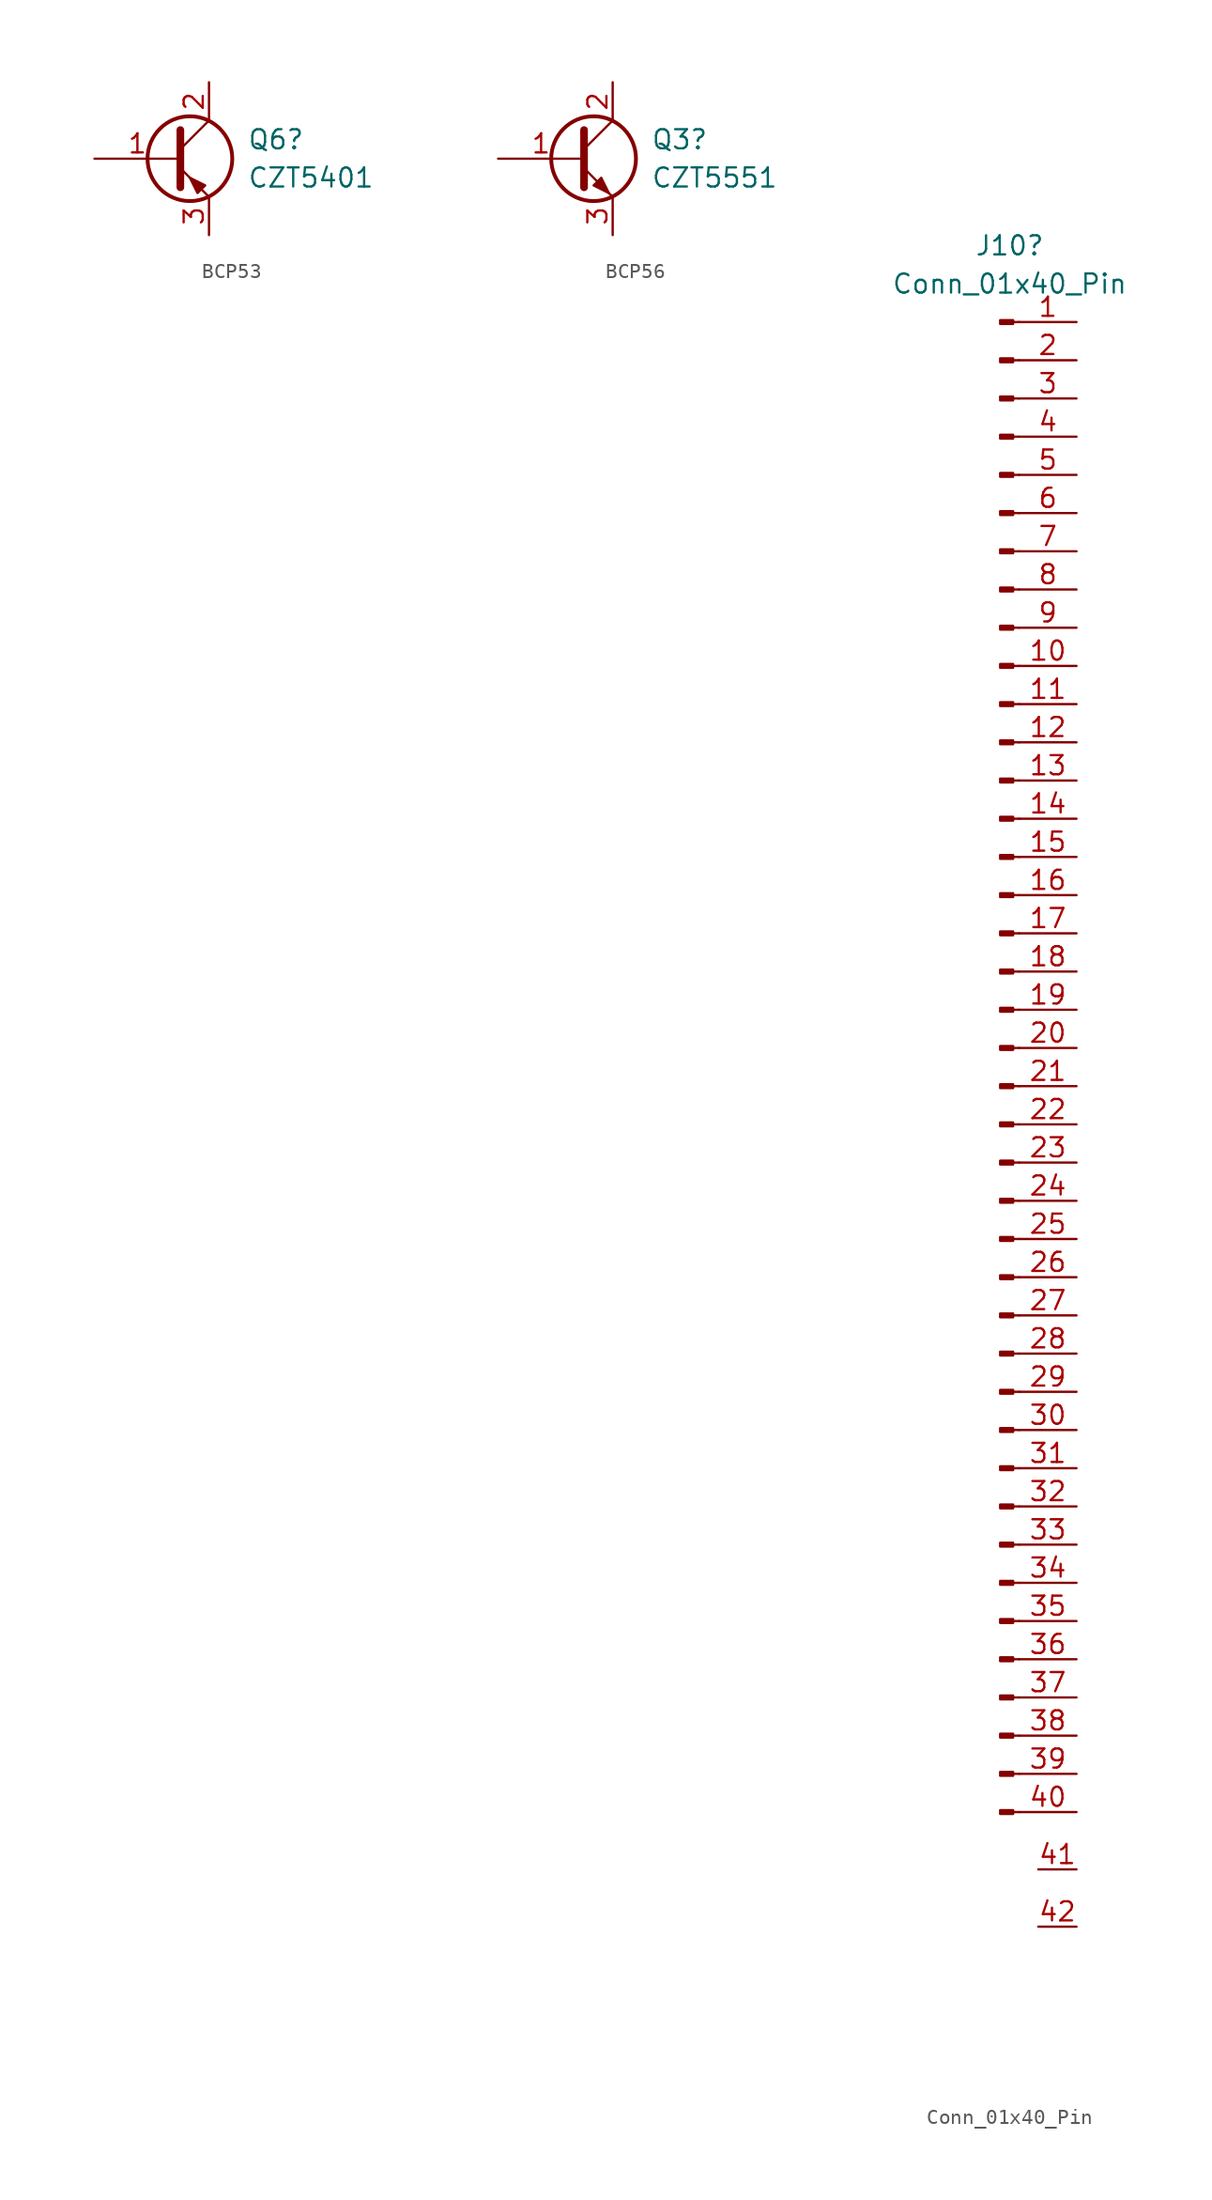
<source format=kicad_sym>
(kicad_symbol_lib
  (version 20231120)
  (generator "kicad_symbol_editor")
  (generator_version "8.0")
  (symbol "BCP53"
    (pin_names
      (offset 0) hide)
    (property "Reference" "Q6"
      (at 5.08 1.27 0)
      (effects (font (size 1.27 1.27)) (justify left)))
    (property "Value" "CZT5401"
      (at 5.08 -1.27 0)
      (effects (font (size 1.27 1.27)) (justify left)))
    (symbol "BCP53_0_1"
      (polyline (pts (xy 0.635 0.635) (xy 2.54 2.54)) (stroke (width 0) (type default)) (fill (type none)))
      (polyline (pts (xy 0.635 -0.635) (xy 2.54 -2.54) (xy 2.54 -2.54)) (stroke (width 0) (type default)) (fill (type none)))
      (polyline (pts (xy 0.635 1.905) (xy 0.635 -1.905) (xy 0.635 -1.905)) (stroke (width 0.508) (type default)) (fill (type none)))
      (polyline (pts (xy 2.286 -1.778) (xy 1.778 -2.286) (xy 1.27 -1.27) (xy 2.286 -1.778) (xy 2.286 -1.778)) (stroke (width 0) (type default)) (fill (type outline)))
      (circle (center 1.27 0) (radius 2.819) (stroke (width 0.254) (type default)) (fill (type none))))
    (symbol "BCP53_1_1"
      (pin input line (at -5.08 0 0) (length 5.715) (name "B" (effects (font (size 1.27 1.27)))) (number "1" (effects (font (size 1.27 1.27)))))
      (pin passive line (at 2.54 5.08 270) (length 2.54) (name "C" (effects (font (size 1.27 1.27)))) (number "2" (effects (font (size 1.27 1.27)))))
      (pin passive line (at 2.54 -5.08 90) (length 2.54) (name "E" (effects (font (size 1.27 1.27)))) (number "3" (effects (font (size 1.27 1.27)))))))
  (symbol "BCP56"
    (pin_names
      (offset 0) hide)
    (property "Reference" "Q3"
      (at 5.08 1.27 0)
      (effects (font (size 1.27 1.27)) (justify left)))
    (property "Value" "CZT5551"
      (at 5.08 -1.27 0)
      (effects (font (size 1.27 1.27)) (justify left)))
    (symbol "BCP56_0_1"
      (polyline (pts (xy 0.635 0.635) (xy 2.54 2.54)) (stroke (width 0) (type default)) (fill (type none)))
      (polyline (pts (xy 0.635 -0.635) (xy 2.54 -2.54) (xy 2.54 -2.54)) (stroke (width 0) (type default)) (fill (type none)))
      (polyline (pts (xy 0.635 1.905) (xy 0.635 -1.905) (xy 0.635 -1.905)) (stroke (width 0.508) (type default)) (fill (type none)))
      (polyline (pts (xy 1.27 -1.778) (xy 1.778 -1.27) (xy 2.286 -2.286) (xy 1.27 -1.778) (xy 1.27 -1.778)) (stroke (width 0) (type default)) (fill (type outline)))
      (circle (center 1.27 0) (radius 2.819) (stroke (width 0.254) (type default)) (fill (type none))))
    (symbol "BCP56_1_1"
      (pin input line (at -5.08 0 0) (length 5.715) (name "B" (effects (font (size 1.27 1.27)))) (number "1" (effects (font (size 1.27 1.27)))))
      (pin passive line (at 2.54 5.08 270) (length 2.54) (name "C" (effects (font (size 1.27 1.27)))) (number "2" (effects (font (size 1.27 1.27)))))
      (pin passive line (at 2.54 -5.08 90) (length 2.54) (name "E" (effects (font (size 1.27 1.27)))) (number "3" (effects (font (size 1.27 1.27)))))))
  (symbol "Conn_01x40_Pin"
    (pin_names
      (offset 1.016) hide)
    (property "Reference" "J10"
      (at 0.635 53.34 0)
      (effects (font (size 1.27 1.27))))
    (property "Value" "Conn_01x40_Pin"
      (at 0.635 50.8 0)
      (effects (font (size 1.27 1.27))))
    (property "ki_locked" ""
      (at 0 0 0)
      (effects (font (size 1.27 1.27))))
    (symbol "Conn_01x40_Pin_1_1"
      (polyline (pts (xy 1.27 -50.8) (xy 0.864 -50.8)) (stroke (width 0.152) (type default)) (fill (type none)))
      (polyline (pts (xy 1.27 -48.26) (xy 0.864 -48.26)) (stroke (width 0.152) (type default)) (fill (type none)))
      (polyline (pts (xy 1.27 -45.72) (xy 0.864 -45.72)) (stroke (width 0.152) (type default)) (fill (type none)))
      (polyline (pts (xy 1.27 -43.18) (xy 0.864 -43.18)) (stroke (width 0.152) (type default)) (fill (type none)))
      (polyline (pts (xy 1.27 -40.64) (xy 0.864 -40.64)) (stroke (width 0.152) (type default)) (fill (type none)))
      (polyline (pts (xy 1.27 -38.1) (xy 0.864 -38.1)) (stroke (width 0.152) (type default)) (fill (type none)))
      (polyline (pts (xy 1.27 -35.56) (xy 0.864 -35.56)) (stroke (width 0.152) (type default)) (fill (type none)))
      (polyline (pts (xy 1.27 -33.02) (xy 0.864 -33.02)) (stroke (width 0.152) (type default)) (fill (type none)))
      (polyline (pts (xy 1.27 -30.48) (xy 0.864 -30.48)) (stroke (width 0.152) (type default)) (fill (type none)))
      (polyline (pts (xy 1.27 -27.94) (xy 0.864 -27.94)) (stroke (width 0.152) (type default)) (fill (type none)))
      (polyline (pts (xy 1.27 -25.4) (xy 0.864 -25.4)) (stroke (width 0.152) (type default)) (fill (type none)))
      (polyline (pts (xy 1.27 -22.86) (xy 0.864 -22.86)) (stroke (width 0.152) (type default)) (fill (type none)))
      (polyline (pts (xy 1.27 -20.32) (xy 0.864 -20.32)) (stroke (width 0.152) (type default)) (fill (type none)))
      (polyline (pts (xy 1.27 -17.78) (xy 0.864 -17.78)) (stroke (width 0.152) (type default)) (fill (type none)))
      (polyline (pts (xy 1.27 -15.24) (xy 0.864 -15.24)) (stroke (width 0.152) (type default)) (fill (type none)))
      (polyline (pts (xy 1.27 -12.7) (xy 0.864 -12.7)) (stroke (width 0.152) (type default)) (fill (type none)))
      (polyline (pts (xy 1.27 -10.16) (xy 0.864 -10.16)) (stroke (width 0.152) (type default)) (fill (type none)))
      (polyline (pts (xy 1.27 -7.62) (xy 0.864 -7.62)) (stroke (width 0.152) (type default)) (fill (type none)))
      (polyline (pts (xy 1.27 -5.08) (xy 0.864 -5.08)) (stroke (width 0.152) (type default)) (fill (type none)))
      (polyline (pts (xy 1.27 -2.54) (xy 0.864 -2.54)) (stroke (width 0.152) (type default)) (fill (type none)))
      (polyline (pts (xy 1.27 0) (xy 0.864 0)) (stroke (width 0.152) (type default)) (fill (type none)))
      (polyline (pts (xy 1.27 2.54) (xy 0.864 2.54)) (stroke (width 0.152) (type default)) (fill (type none)))
      (polyline (pts (xy 1.27 5.08) (xy 0.864 5.08)) (stroke (width 0.152) (type default)) (fill (type none)))
      (polyline (pts (xy 1.27 7.62) (xy 0.864 7.62)) (stroke (width 0.152) (type default)) (fill (type none)))
      (polyline (pts (xy 1.27 10.16) (xy 0.864 10.16)) (stroke (width 0.152) (type default)) (fill (type none)))
      (polyline (pts (xy 1.27 12.7) (xy 0.864 12.7)) (stroke (width 0.152) (type default)) (fill (type none)))
      (polyline (pts (xy 1.27 15.24) (xy 0.864 15.24)) (stroke (width 0.152) (type default)) (fill (type none)))
      (polyline (pts (xy 1.27 17.78) (xy 0.864 17.78)) (stroke (width 0.152) (type default)) (fill (type none)))
      (polyline (pts (xy 1.27 20.32) (xy 0.864 20.32)) (stroke (width 0.152) (type default)) (fill (type none)))
      (polyline (pts (xy 1.27 22.86) (xy 0.864 22.86)) (stroke (width 0.152) (type default)) (fill (type none)))
      (polyline (pts (xy 1.27 25.4) (xy 0.864 25.4)) (stroke (width 0.152) (type default)) (fill (type none)))
      (polyline (pts (xy 1.27 27.94) (xy 0.864 27.94)) (stroke (width 0.152) (type default)) (fill (type none)))
      (polyline (pts (xy 1.27 30.48) (xy 0.864 30.48)) (stroke (width 0.152) (type default)) (fill (type none)))
      (polyline (pts (xy 1.27 33.02) (xy 0.864 33.02)) (stroke (width 0.152) (type default)) (fill (type none)))
      (polyline (pts (xy 1.27 35.56) (xy 0.864 35.56)) (stroke (width 0.152) (type default)) (fill (type none)))
      (polyline (pts (xy 1.27 38.1) (xy 0.864 38.1)) (stroke (width 0.152) (type default)) (fill (type none)))
      (polyline (pts (xy 1.27 40.64) (xy 0.864 40.64)) (stroke (width 0.152) (type default)) (fill (type none)))
      (polyline (pts (xy 1.27 43.18) (xy 0.864 43.18)) (stroke (width 0.152) (type default)) (fill (type none)))
      (polyline (pts (xy 1.27 45.72) (xy 0.864 45.72)) (stroke (width 0.152) (type default)) (fill (type none)))
      (polyline (pts (xy 1.27 48.26) (xy 0.864 48.26)) (stroke (width 0.152) (type default)) (fill (type none)))
      (rectangle (start 0.864 -50.673) (end 0 -50.927) (stroke (width 0.152) (type default)) (fill (type outline)))
      (rectangle (start 0.864 -48.133) (end 0 -48.387) (stroke (width 0.152) (type default)) (fill (type outline)))
      (rectangle (start 0.864 -45.593) (end 0 -45.847) (stroke (width 0.152) (type default)) (fill (type outline)))
      (rectangle (start 0.864 -43.053) (end 0 -43.307) (stroke (width 0.152) (type default)) (fill (type outline)))
      (rectangle (start 0.864 -40.513) (end 0 -40.767) (stroke (width 0.152) (type default)) (fill (type outline)))
      (rectangle (start 0.864 -37.973) (end 0 -38.227) (stroke (width 0.152) (type default)) (fill (type outline)))
      (rectangle (start 0.864 -35.433) (end 0 -35.687) (stroke (width 0.152) (type default)) (fill (type outline)))
      (rectangle (start 0.864 -32.893) (end 0 -33.147) (stroke (width 0.152) (type default)) (fill (type outline)))
      (rectangle (start 0.864 -30.353) (end 0 -30.607) (stroke (width 0.152) (type default)) (fill (type outline)))
      (rectangle (start 0.864 -27.813) (end 0 -28.067) (stroke (width 0.152) (type default)) (fill (type outline)))
      (rectangle (start 0.864 -25.273) (end 0 -25.527) (stroke (width 0.152) (type default)) (fill (type outline)))
      (rectangle (start 0.864 -22.733) (end 0 -22.987) (stroke (width 0.152) (type default)) (fill (type outline)))
      (rectangle (start 0.864 -20.193) (end 0 -20.447) (stroke (width 0.152) (type default)) (fill (type outline)))
      (rectangle (start 0.864 -17.653) (end 0 -17.907) (stroke (width 0.152) (type default)) (fill (type outline)))
      (rectangle (start 0.864 -15.113) (end 0 -15.367) (stroke (width 0.152) (type default)) (fill (type outline)))
      (rectangle (start 0.864 -12.573) (end 0 -12.827) (stroke (width 0.152) (type default)) (fill (type outline)))
      (rectangle (start 0.864 -10.033) (end 0 -10.287) (stroke (width 0.152) (type default)) (fill (type outline)))
      (rectangle (start 0.864 -7.493) (end 0 -7.747) (stroke (width 0.152) (type default)) (fill (type outline)))
      (rectangle (start 0.864 -4.953) (end 0 -5.207) (stroke (width 0.152) (type default)) (fill (type outline)))
      (rectangle (start 0.864 -2.413) (end 0 -2.667) (stroke (width 0.152) (type default)) (fill (type outline)))
      (rectangle (start 0.864 0.127) (end 0 -0.127) (stroke (width 0.152) (type default)) (fill (type outline)))
      (rectangle (start 0.864 2.667) (end 0 2.413) (stroke (width 0.152) (type default)) (fill (type outline)))
      (rectangle (start 0.864 5.207) (end 0 4.953) (stroke (width 0.152) (type default)) (fill (type outline)))
      (rectangle (start 0.864 7.747) (end 0 7.493) (stroke (width 0.152) (type default)) (fill (type outline)))
      (rectangle (start 0.864 10.287) (end 0 10.033) (stroke (width 0.152) (type default)) (fill (type outline)))
      (rectangle (start 0.864 12.827) (end 0 12.573) (stroke (width 0.152) (type default)) (fill (type outline)))
      (rectangle (start 0.864 15.367) (end 0 15.113) (stroke (width 0.152) (type default)) (fill (type outline)))
      (rectangle (start 0.864 17.907) (end 0 17.653) (stroke (width 0.152) (type default)) (fill (type outline)))
      (rectangle (start 0.864 20.447) (end 0 20.193) (stroke (width 0.152) (type default)) (fill (type outline)))
      (rectangle (start 0.864 22.987) (end 0 22.733) (stroke (width 0.152) (type default)) (fill (type outline)))
      (rectangle (start 0.864 25.527) (end 0 25.273) (stroke (width 0.152) (type default)) (fill (type outline)))
      (rectangle (start 0.864 28.067) (end 0 27.813) (stroke (width 0.152) (type default)) (fill (type outline)))
      (rectangle (start 0.864 30.607) (end 0 30.353) (stroke (width 0.152) (type default)) (fill (type outline)))
      (rectangle (start 0.864 33.147) (end 0 32.893) (stroke (width 0.152) (type default)) (fill (type outline)))
      (rectangle (start 0.864 35.687) (end 0 35.433) (stroke (width 0.152) (type default)) (fill (type outline)))
      (rectangle (start 0.864 38.227) (end 0 37.973) (stroke (width 0.152) (type default)) (fill (type outline)))
      (rectangle (start 0.864 40.767) (end 0 40.513) (stroke (width 0.152) (type default)) (fill (type outline)))
      (rectangle (start 0.864 43.307) (end 0 43.053) (stroke (width 0.152) (type default)) (fill (type outline)))
      (rectangle (start 0.864 45.847) (end 0 45.593) (stroke (width 0.152) (type default)) (fill (type outline)))
      (rectangle (start 0.864 48.387) (end 0 48.133) (stroke (width 0.152) (type default)) (fill (type outline)))
      (pin passive line (at 5.08 48.26 180) (length 3.81) (name "Pin_1" (effects (font (size 1.27 1.27)))) (number "1" (effects (font (size 1.27 1.27)))))
      (pin passive line (at 5.08 25.4 180) (length 3.81) (name "Pin_10" (effects (font (size 1.27 1.27)))) (number "10" (effects (font (size 1.27 1.27)))))
      (pin passive line (at 5.08 22.86 180) (length 3.81) (name "Pin_11" (effects (font (size 1.27 1.27)))) (number "11" (effects (font (size 1.27 1.27)))))
      (pin passive line (at 5.08 20.32 180) (length 3.81) (name "Pin_12" (effects (font (size 1.27 1.27)))) (number "12" (effects (font (size 1.27 1.27)))))
      (pin passive line (at 5.08 17.78 180) (length 3.81) (name "Pin_13" (effects (font (size 1.27 1.27)))) (number "13" (effects (font (size 1.27 1.27)))))
      (pin passive line (at 5.08 15.24 180) (length 3.81) (name "Pin_14" (effects (font (size 1.27 1.27)))) (number "14" (effects (font (size 1.27 1.27)))))
      (pin passive line (at 5.08 12.7 180) (length 3.81) (name "Pin_15" (effects (font (size 1.27 1.27)))) (number "15" (effects (font (size 1.27 1.27)))))
      (pin passive line (at 5.08 10.16 180) (length 3.81) (name "Pin_16" (effects (font (size 1.27 1.27)))) (number "16" (effects (font (size 1.27 1.27)))))
      (pin passive line (at 5.08 7.62 180) (length 3.81) (name "Pin_17" (effects (font (size 1.27 1.27)))) (number "17" (effects (font (size 1.27 1.27)))))
      (pin passive line (at 5.08 5.08 180) (length 3.81) (name "Pin_18" (effects (font (size 1.27 1.27)))) (number "18" (effects (font (size 1.27 1.27)))))
      (pin passive line (at 5.08 2.54 180) (length 3.81) (name "Pin_19" (effects (font (size 1.27 1.27)))) (number "19" (effects (font (size 1.27 1.27)))))
      (pin passive line (at 5.08 45.72 180) (length 3.81) (name "Pin_2" (effects (font (size 1.27 1.27)))) (number "2" (effects (font (size 1.27 1.27)))))
      (pin passive line (at 5.08 0 180) (length 3.81) (name "Pin_20" (effects (font (size 1.27 1.27)))) (number "20" (effects (font (size 1.27 1.27)))))
      (pin passive line (at 5.08 -2.54 180) (length 3.81) (name "Pin_21" (effects (font (size 1.27 1.27)))) (number "21" (effects (font (size 1.27 1.27)))))
      (pin passive line (at 5.08 -5.08 180) (length 3.81) (name "Pin_22" (effects (font (size 1.27 1.27)))) (number "22" (effects (font (size 1.27 1.27)))))
      (pin passive line (at 5.08 -7.62 180) (length 3.81) (name "Pin_23" (effects (font (size 1.27 1.27)))) (number "23" (effects (font (size 1.27 1.27)))))
      (pin passive line (at 5.08 -10.16 180) (length 3.81) (name "Pin_24" (effects (font (size 1.27 1.27)))) (number "24" (effects (font (size 1.27 1.27)))))
      (pin passive line (at 5.08 -12.7 180) (length 3.81) (name "Pin_25" (effects (font (size 1.27 1.27)))) (number "25" (effects (font (size 1.27 1.27)))))
      (pin passive line (at 5.08 -15.24 180) (length 3.81) (name "Pin_26" (effects (font (size 1.27 1.27)))) (number "26" (effects (font (size 1.27 1.27)))))
      (pin passive line (at 5.08 -17.78 180) (length 3.81) (name "Pin_27" (effects (font (size 1.27 1.27)))) (number "27" (effects (font (size 1.27 1.27)))))
      (pin passive line (at 5.08 -20.32 180) (length 3.81) (name "Pin_28" (effects (font (size 1.27 1.27)))) (number "28" (effects (font (size 1.27 1.27)))))
      (pin passive line (at 5.08 -22.86 180) (length 3.81) (name "Pin_29" (effects (font (size 1.27 1.27)))) (number "29" (effects (font (size 1.27 1.27)))))
      (pin passive line (at 5.08 43.18 180) (length 3.81) (name "Pin_3" (effects (font (size 1.27 1.27)))) (number "3" (effects (font (size 1.27 1.27)))))
      (pin passive line (at 5.08 -25.4 180) (length 3.81) (name "Pin_30" (effects (font (size 1.27 1.27)))) (number "30" (effects (font (size 1.27 1.27)))))
      (pin passive line (at 5.08 -27.94 180) (length 3.81) (name "Pin_31" (effects (font (size 1.27 1.27)))) (number "31" (effects (font (size 1.27 1.27)))))
      (pin passive line (at 5.08 -30.48 180) (length 3.81) (name "Pin_32" (effects (font (size 1.27 1.27)))) (number "32" (effects (font (size 1.27 1.27)))))
      (pin passive line (at 5.08 -33.02 180) (length 3.81) (name "Pin_33" (effects (font (size 1.27 1.27)))) (number "33" (effects (font (size 1.27 1.27)))))
      (pin passive line (at 5.08 -35.56 180) (length 3.81) (name "Pin_34" (effects (font (size 1.27 1.27)))) (number "34" (effects (font (size 1.27 1.27)))))
      (pin passive line (at 5.08 -38.1 180) (length 3.81) (name "Pin_35" (effects (font (size 1.27 1.27)))) (number "35" (effects (font (size 1.27 1.27)))))
      (pin passive line (at 5.08 -40.64 180) (length 3.81) (name "Pin_36" (effects (font (size 1.27 1.27)))) (number "36" (effects (font (size 1.27 1.27)))))
      (pin passive line (at 5.08 -43.18 180) (length 3.81) (name "Pin_37" (effects (font (size 1.27 1.27)))) (number "37" (effects (font (size 1.27 1.27)))))
      (pin passive line (at 5.08 -45.72 180) (length 3.81) (name "Pin_38" (effects (font (size 1.27 1.27)))) (number "38" (effects (font (size 1.27 1.27)))))
      (pin passive line (at 5.08 -48.26 180) (length 3.81) (name "Pin_39" (effects (font (size 1.27 1.27)))) (number "39" (effects (font (size 1.27 1.27)))))
      (pin passive line (at 5.08 40.64 180) (length 3.81) (name "Pin_4" (effects (font (size 1.27 1.27)))) (number "4" (effects (font (size 1.27 1.27)))))
      (pin passive line (at 5.08 -50.8 180) (length 3.81) (name "Pin_40" (effects (font (size 1.27 1.27)))) (number "40" (effects (font (size 1.27 1.27)))))
      (pin power_in line (at 5.08 -54.61 180) (length 2.54) (name "GND" (effects (font (size 1.27 1.27)))) (number "41" (effects (font (size 1.27 1.27)))))
      (pin power_in line (at 5.08 -58.42 180) (length 2.54) (name "GND" (effects (font (size 1.27 1.27)))) (number "42" (effects (font (size 1.27 1.27)))))
      (pin passive line (at 5.08 38.1 180) (length 3.81) (name "Pin_5" (effects (font (size 1.27 1.27)))) (number "5" (effects (font (size 1.27 1.27)))))
      (pin passive line (at 5.08 35.56 180) (length 3.81) (name "Pin_6" (effects (font (size 1.27 1.27)))) (number "6" (effects (font (size 1.27 1.27)))))
      (pin passive line (at 5.08 33.02 180) (length 3.81) (name "Pin_7" (effects (font (size 1.27 1.27)))) (number "7" (effects (font (size 1.27 1.27)))))
      (pin passive line (at 5.08 30.48 180) (length 3.81) (name "Pin_8" (effects (font (size 1.27 1.27)))) (number "8" (effects (font (size 1.27 1.27)))))
      (pin passive line (at 5.08 27.94 180) (length 3.81) (name "Pin_9" (effects (font (size 1.27 1.27)))) (number "9" (effects (font (size 1.27 1.27))))))))
</source>
